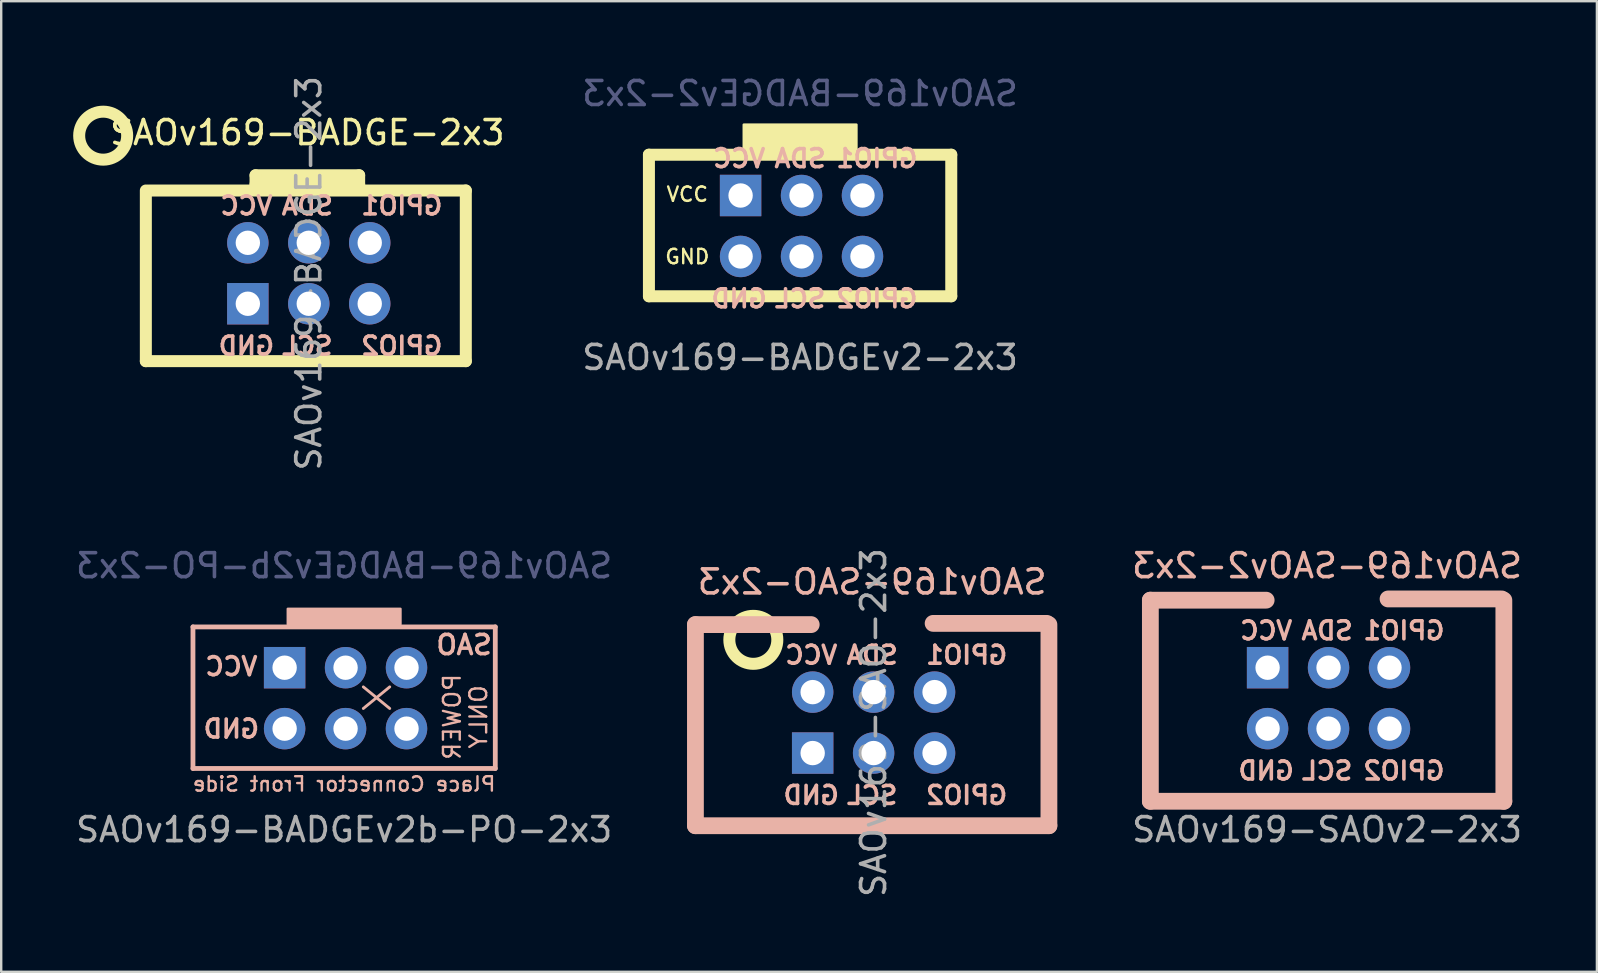
<source format=kicad_pcb>
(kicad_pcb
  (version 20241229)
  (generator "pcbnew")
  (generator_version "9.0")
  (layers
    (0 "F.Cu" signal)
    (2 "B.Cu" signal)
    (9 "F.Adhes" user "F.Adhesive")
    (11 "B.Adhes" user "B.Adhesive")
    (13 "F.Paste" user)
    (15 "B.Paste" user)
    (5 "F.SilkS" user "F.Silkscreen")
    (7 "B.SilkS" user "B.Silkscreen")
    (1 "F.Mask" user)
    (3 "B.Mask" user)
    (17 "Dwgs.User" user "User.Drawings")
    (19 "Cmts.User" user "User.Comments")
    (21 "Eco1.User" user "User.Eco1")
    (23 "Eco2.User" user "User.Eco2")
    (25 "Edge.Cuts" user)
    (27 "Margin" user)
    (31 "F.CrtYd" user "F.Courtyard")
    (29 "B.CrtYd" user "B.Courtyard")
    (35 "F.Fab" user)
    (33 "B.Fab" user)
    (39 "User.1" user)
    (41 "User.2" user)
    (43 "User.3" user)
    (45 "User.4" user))
  (footprint "SAOv169-BADGEv2b-PO-2x3"
    (layer "F.Cu")
    (at 11.292 26.027)
    (property "Reference" "SAOv169-BADGEv2b-PO-2x3" (at 0 -5.5 0) (layer "B.Fab") (effects (font (size 1 1) (thickness 0.15)) (justify mirror)))
    (attr through_hole)
    (fp_line (start -6.3 -2.95) (end 6.3 -2.95) (stroke (width 0.2) (type solid)) (layer "B.SilkS"))
    (fp_line (start -6.3 2.95) (end -6.3 -2.95) (stroke (width 0.2) (type solid)) (layer "B.SilkS"))
    (fp_line (start 0.8 -0.45) (end 1.9 0.45) (stroke (width 0.12) (type solid)) (layer "B.SilkS"))
    (fp_line (start 1.9 -0.45) (end 0.8 0.45) (stroke (width 0.12) (type solid)) (layer "B.SilkS"))
    (fp_line (start 6.3 -2.95) (end 6.3 2.95) (stroke (width 0.2) (type solid)) (layer "B.SilkS"))
    (fp_line (start 6.3 2.95) (end -6.3 2.95) (stroke (width 0.2) (type solid)) (layer "B.SilkS"))
    (fp_poly (pts (xy 2.349 -3.061) (xy -2.349 -3.061) (xy -2.349 -3.704) (xy 2.349 -3.704)) (stroke (width 0.1) (type solid)) (fill yes) (layer "B.SilkS"))
    (fp_text user "POWER" (at 4.5 0.8 90) (unlocked yes) (layer "B.SilkS") (effects (font (size 0.7 0.7) (thickness 0.1)) (justify mirror)))
    (fp_text user "SAO" (at 5 -2.2 0) (unlocked yes) (layer "B.SilkS") (effects (font (size 0.8 0.8) (thickness 0.15)) (justify mirror)))
    (fp_text user "GND" (at -4.7 1.3 0) (unlocked yes) (layer "B.SilkS") (effects (font (size 0.75 0.75) (thickness 0.15)) (justify mirror)))
    (fp_text user "Place Connector Front Side" (at 0 3.6 0) (unlocked yes) (layer "B.SilkS") (effects (font (size 0.6 0.6) (thickness 0.1)) (justify mirror)))
    (fp_text user "ONLY" (at 5.6 0.8 90) (unlocked yes) (layer "B.SilkS") (effects (font (size 0.7 0.7) (thickness 0.1)) (justify mirror)))
    (fp_text user "VCC" (at -4.7 -1.3 0) (unlocked yes) (layer "B.SilkS") (effects (font (size 0.75 0.75) (thickness 0.15)) (justify mirror)))
    (fp_text user "${REFERENCE}" (at 0 5.5 0) (layer "F.Fab") (effects (font (size 1 1) (thickness 0.15))))
    (pad "1" thru_hole rect (at -2.48 -1.25 270) (size 1.727 1.727) (drill 1.016) (layers "*.Cu" "*.Mask"))
    (pad "2" thru_hole circle (at -2.48 1.29 270) (size 1.727 1.727) (drill 1.016) (layers "*.Cu" "*.Mask"))
    (pad "3" thru_hole oval (at 0.06 -1.25 270) (size 1.727 1.727) (drill 1.016) (layers "*.Cu" "*.Mask"))
    (pad "4" thru_hole oval (at 0.06 1.29 270) (size 1.727 1.727) (drill 1.016) (layers "*.Cu" "*.Mask"))
    (pad "5" thru_hole circle (at 2.6 -1.25 270) (size 1.727 1.727) (drill 1.016) (layers "*.Cu" "*.Mask"))
    (pad "6" thru_hole circle (at 2.6 1.29 270) (size 1.727 1.727) (drill 1.016) (layers "*.Cu" "*.Mask")))
  (footprint "SAOv169-BADGE-2x3"
    (layer "F.Cu")
    (at 9.759 8.319)
    (property "Reference" "SAOv169-BADGE-2x3" (at 0 -5.842 0) (layer "F.SilkS") (effects (font (size 1 1) (thickness 0.15))))
    (attr through_hole)
    (fp_line (start -6.731 3.683) (end -6.731 -3.429) (stroke (width 0.5) (type solid)) (layer "F.SilkS"))
    (fp_line (start -6.604 -3.429) (end 6.604 -3.429) (stroke (width 0.5) (type solid)) (layer "F.SilkS"))
    (fp_line (start -2.159 -4.064) (end 2.159 -4.064) (stroke (width 0.5) (type solid)) (layer "F.SilkS"))
    (fp_line (start -2.159 -3.556) (end -2.159 -4.064) (stroke (width 0.5) (type solid)) (layer "F.SilkS"))
    (fp_line (start 2.159 -4.064) (end 2.159 -3.556) (stroke (width 0.5) (type solid)) (layer "F.SilkS"))
    (fp_line (start 2.159 -3.683) (end -2.159 -3.683) (stroke (width 0.5) (type solid)) (layer "F.SilkS"))
    (fp_line (start 6.604 -3.429) (end 6.604 3.683) (stroke (width 0.5) (type solid)) (layer "F.SilkS"))
    (fp_line (start 6.604 3.683) (end -6.731 3.683) (stroke (width 0.5) (type solid)) (layer "F.SilkS"))
    (fp_circle (center -8.509 -5.715) (end -7.509 -5.715) (stroke (width 0.5) (type solid)) (fill no) (layer "F.SilkS"))
    (fp_text user "GPIO1" (at 3.937 -2.794 0) (layer "B.SilkS") (effects (font (size 0.75 0.75) (thickness 0.15)) (justify mirror)))
    (fp_text user "GND" (at -2.54 3.048 0) (layer "B.SilkS") (effects (font (size 0.75 0.75) (thickness 0.15)) (justify mirror)))
    (fp_text user "SDA" (at 0 -2.794 0) (layer "B.SilkS") (effects (font (size 0.75 0.75) (thickness 0.15)) (justify mirror)))
    (fp_text user "SCL" (at 0 3.048 0) (layer "B.SilkS") (effects (font (size 0.75 0.75) (thickness 0.15)) (justify mirror)))
    (fp_text user "VCC" (at -2.54 -2.794 0) (layer "B.SilkS") (effects (font (size 0.75 0.75) (thickness 0.15)) (justify mirror)))
    (fp_text user "GPIO2" (at 3.937 3.048 0) (layer "B.SilkS") (effects (font (size 0.75 0.75) (thickness 0.15)) (justify mirror)))
    (fp_text user "${REFERENCE}" (at 0.06 0.02 270) (layer "F.Fab") (effects (font (size 1 1) (thickness 0.15))))
    (pad "1" thru_hole oval (at -2.48 -1.25 270) (size 1.727 1.727) (drill 1.016) (layers "*.Cu" "*.Mask"))
    (pad "2" thru_hole rect (at -2.48 1.29 270) (size 1.727 1.727) (drill 1.016) (layers "*.Cu" "*.Mask"))
    (pad "3" thru_hole oval (at 0.06 -1.25 270) (size 1.727 1.727) (drill 1.016) (layers "*.Cu" "*.Mask"))
    (pad "4" thru_hole oval (at 0.06 1.29 270) (size 1.727 1.727) (drill 1.016) (layers "*.Cu" "*.Mask"))
    (pad "5" thru_hole circle (at 2.6 -1.25 270) (size 1.727 1.727) (drill 1.016) (layers "*.Cu" "*.Mask"))
    (pad "6" thru_hole circle (at 2.6 1.29 270) (size 1.727 1.727) (drill 1.016) (layers "*.Cu" "*.Mask")))
  (footprint "SAOv169-SAO-2x3"
    (layer "F.Cu")
    (at 33.299 27.045)
    (property "Reference" "SAOv169-SAO-2x3" (at 0 -5.842 0) (layer "B.SilkS") (effects (font (size 1 1) (thickness 0.15)) (justify mirror)))
    (attr through_hole)
    (fp_circle (center -4.953 -3.429) (end -3.953 -3.429) (stroke (width 0.5) (type solid)) (fill no) (layer "F.SilkS"))
    (fp_line (start -7.366 -4.064) (end -7.366 4.318) (stroke (width 0.7) (type solid)) (layer "B.SilkS"))
    (fp_line (start -7.366 4.318) (end 7.366 4.318) (stroke (width 0.7) (type solid)) (layer "B.SilkS"))
    (fp_line (start -2.54 -4.064) (end -7.366 -4.064) (stroke (width 0.7) (type solid)) (layer "B.SilkS"))
    (fp_line (start 7.28 -4.115) (end 2.54 -4.115) (stroke (width 0.7) (type solid)) (layer "B.SilkS"))
    (fp_line (start 7.366 4.318) (end 7.366 -4.064) (stroke (width 0.7) (type solid)) (layer "B.SilkS"))
    (fp_text user "GPIO1" (at 3.937 -2.794 0) (unlocked yes) (layer "B.SilkS") (effects (font (size 0.75 0.75) (thickness 0.15)) (justify mirror)))
    (fp_text user "GPIO2" (at 3.937 3.048 0) (layer "B.SilkS") (effects (font (size 0.75 0.75) (thickness 0.15)) (justify mirror)))
    (fp_text user "VCC" (at -2.54 -2.794 0) (unlocked yes) (layer "B.SilkS") (effects (font (size 0.75 0.75) (thickness 0.15)) (justify mirror)))
    (fp_text user "GND" (at -2.54 3.048 0) (unlocked yes) (layer "B.SilkS") (effects (font (size 0.75 0.75) (thickness 0.15)) (justify mirror)))
    (fp_text user "SCL" (at 0 3.048 0) (layer "B.SilkS") (effects (font (size 0.75 0.75) (thickness 0.15)) (justify mirror)))
    (fp_text user "SDA" (at 0 -2.794 0) (unlocked yes) (layer "B.SilkS") (effects (font (size 0.75 0.75) (thickness 0.15)) (justify mirror)))
    (fp_text user "${REFERENCE}" (at 0.06 0.02 270) (layer "F.Fab") (effects (font (size 1 1) (thickness 0.15))))
    (pad "1" thru_hole oval (at -2.48 -1.25 270) (size 1.727 1.727) (drill 1.016) (layers "*.Cu" "*.Mask"))
    (pad "2" thru_hole rect (at -2.48 1.29 270) (size 1.727 1.727) (drill 1.016) (layers "*.Cu" "*.Mask"))
    (pad "3" thru_hole oval (at 0.06 -1.25 270) (size 1.727 1.727) (drill 1.016) (layers "*.Cu" "*.Mask"))
    (pad "4" thru_hole oval (at 0.06 1.29 270) (size 1.727 1.727) (drill 1.016) (layers "*.Cu" "*.Mask"))
    (pad "5" thru_hole circle (at 2.6 -1.25 270) (size 1.727 1.727) (drill 1.016) (layers "*.Cu" "*.Mask"))
    (pad "6" thru_hole circle (at 2.6 1.29 270) (size 1.727 1.727) (drill 1.016) (layers "*.Cu" "*.Mask")))
  (footprint "SAOv169-SAOv2-2x3"
    (layer "F.Cu")
    (at 52.259 26.027)
    (property "Reference" "SAOv169-SAOv2-2x3" (at 0 -5.5 0) (layer "B.SilkS") (effects (font (size 1 1) (thickness 0.15)) (justify mirror)))
    (attr through_hole)
    (fp_line (start -7.366 -4.064) (end -7.366 4.318) (stroke (width 0.7) (type solid)) (layer "B.SilkS"))
    (fp_line (start -7.366 4.318) (end 7.366 4.318) (stroke (width 0.7) (type solid)) (layer "B.SilkS"))
    (fp_line (start -2.54 -4.064) (end -7.366 -4.064) (stroke (width 0.7) (type solid)) (layer "B.SilkS"))
    (fp_line (start 7.28 -4.115) (end 2.54 -4.115) (stroke (width 0.7) (type solid)) (layer "B.SilkS"))
    (fp_line (start 7.366 4.318) (end 7.366 -4.064) (stroke (width 0.7) (type solid)) (layer "B.SilkS"))
    (fp_text user "VCC" (at -2.54 -2.794 0) (unlocked yes) (layer "B.SilkS") (effects (font (size 0.75 0.75) (thickness 0.15)) (justify mirror)))
    (fp_text user "SCL" (at 0 3.048 0) (layer "B.SilkS") (effects (font (size 0.75 0.75) (thickness 0.15)) (justify mirror)))
    (fp_text user "GPIO1" (at 3.2 -2.794 0) (unlocked yes) (layer "B.SilkS") (effects (font (size 0.75 0.75) (thickness 0.15)) (justify mirror)))
    (fp_text user "GND" (at -2.54 3.048 0) (unlocked yes) (layer "B.SilkS") (effects (font (size 0.75 0.75) (thickness 0.15)) (justify mirror)))
    (fp_text user "GPIO2" (at 3.2 3.048 0) (layer "B.SilkS") (effects (font (size 0.75 0.75) (thickness 0.15)) (justify mirror)))
    (fp_text user "SDA" (at 0 -2.794 0) (unlocked yes) (layer "B.SilkS") (effects (font (size 0.75 0.75) (thickness 0.15)) (justify mirror)))
    (fp_text user "${REFERENCE}" (at 0 5.5 0) (layer "F.Fab") (effects (font (size 1 1) (thickness 0.15))))
    (pad "1" thru_hole rect (at -2.48 -1.25 270) (size 1.727 1.727) (drill 1.016) (layers "*.Cu" "*.Mask"))
    (pad "2" thru_hole circle (at -2.48 1.29 270) (size 1.727 1.727) (drill 1.016) (layers "*.Cu" "*.Mask"))
    (pad "3" thru_hole oval (at 0.06 -1.25 270) (size 1.727 1.727) (drill 1.016) (layers "*.Cu" "*.Mask"))
    (pad "4" thru_hole oval (at 0.06 1.29 270) (size 1.727 1.727) (drill 1.016) (layers "*.Cu" "*.Mask"))
    (pad "5" thru_hole circle (at 2.6 -1.25 270) (size 1.727 1.727) (drill 1.016) (layers "*.Cu" "*.Mask"))
    (pad "6" thru_hole circle (at 2.6 1.29 270) (size 1.727 1.727) (drill 1.016) (layers "*.Cu" "*.Mask")))
  (footprint "SAOv169-BADGEv2-2x3"
    (layer "F.Cu")
    (at 30.295 6.348)
    (property "Reference" "SAOv169-BADGEv2-2x3" (at 0 -5.5 0) (layer "B.Fab") (effects (font (size 1 1) (thickness 0.15)) (justify mirror)))
    (attr through_hole)
    (fp_line (start -6.3 -2.95) (end 6.3 -2.95) (stroke (width 0.5) (type solid)) (layer "F.SilkS"))
    (fp_line (start -6.3 2.95) (end -6.3 -2.95) (stroke (width 0.5) (type solid)) (layer "F.SilkS"))
    (fp_line (start 6.3 -2.95) (end 6.3 2.95) (stroke (width 0.5) (type solid)) (layer "F.SilkS"))
    (fp_line (start 6.3 2.95) (end -6.3 2.95) (stroke (width 0.5) (type solid)) (layer "F.SilkS"))
    (fp_poly (pts (xy 2.349 -3.061) (xy -2.349 -3.061) (xy -2.349 -4.204) (xy 2.349 -4.204)) (stroke (width 0.1) (type solid)) (fill yes) (layer "F.SilkS"))
    (fp_text user "GND" (at -4.7 1.3 0) (layer "F.SilkS") (effects (font (size 0.6 0.6) (thickness 0.1))))
    (fp_text user "VCC" (at -4.7 -1.3 0) (layer "F.SilkS") (effects (font (size 0.6 0.6) (thickness 0.1))))
    (fp_text user "SCL" (at 0 3.048 0) (layer "B.SilkS") (effects (font (size 0.75 0.75) (thickness 0.15)) (justify mirror)))
    (fp_text user "SDA" (at 0 -2.794 0) (layer "B.SilkS") (effects (font (size 0.75 0.75) (thickness 0.15)) (justify mirror)))
    (fp_text user "GND" (at -2.54 3.048 0) (layer "B.SilkS") (effects (font (size 0.75 0.75) (thickness 0.15)) (justify mirror)))
    (fp_text user "GPIO2" (at 3.2 3.048 0) (layer "B.SilkS") (effects (font (size 0.75 0.75) (thickness 0.15)) (justify mirror)))
    (fp_text user "GPIO1" (at 3.2 -2.794 0) (layer "B.SilkS") (effects (font (size 0.75 0.75) (thickness 0.15)) (justify mirror)))
    (fp_text user "VCC" (at -2.54 -2.794 0) (layer "B.SilkS") (effects (font (size 0.75 0.75) (thickness 0.15)) (justify mirror)))
    (fp_text user "${REFERENCE}" (at 0 5.5 0) (layer "F.Fab") (effects (font (size 1 1) (thickness 0.15))))
    (pad "1" thru_hole rect (at -2.48 -1.25 270) (size 1.727 1.727) (drill 1.016) (layers "*.Cu" "*.Mask"))
    (pad "2" thru_hole circle (at -2.48 1.29 270) (size 1.727 1.727) (drill 1.016) (layers "*.Cu" "*.Mask"))
    (pad "3" thru_hole oval (at 0.06 -1.25 270) (size 1.727 1.727) (drill 1.016) (layers "*.Cu" "*.Mask"))
    (pad "4" thru_hole oval (at 0.06 1.29 270) (size 1.727 1.727) (drill 1.016) (layers "*.Cu" "*.Mask"))
    (pad "5" thru_hole circle (at 2.6 -1.25 270) (size 1.727 1.727) (drill 1.016) (layers "*.Cu" "*.Mask"))
    (pad "6" thru_hole circle (at 2.6 1.29 270) (size 1.727 1.727) (drill 1.016) (layers "*.Cu" "*.Mask")))
  (gr_rect
    (start -3 -3)
    (end 63.503 37.452)
    (stroke (width 0.1) (type default))
    (fill no)
    (layer "Edge.Cuts")))
</source>
